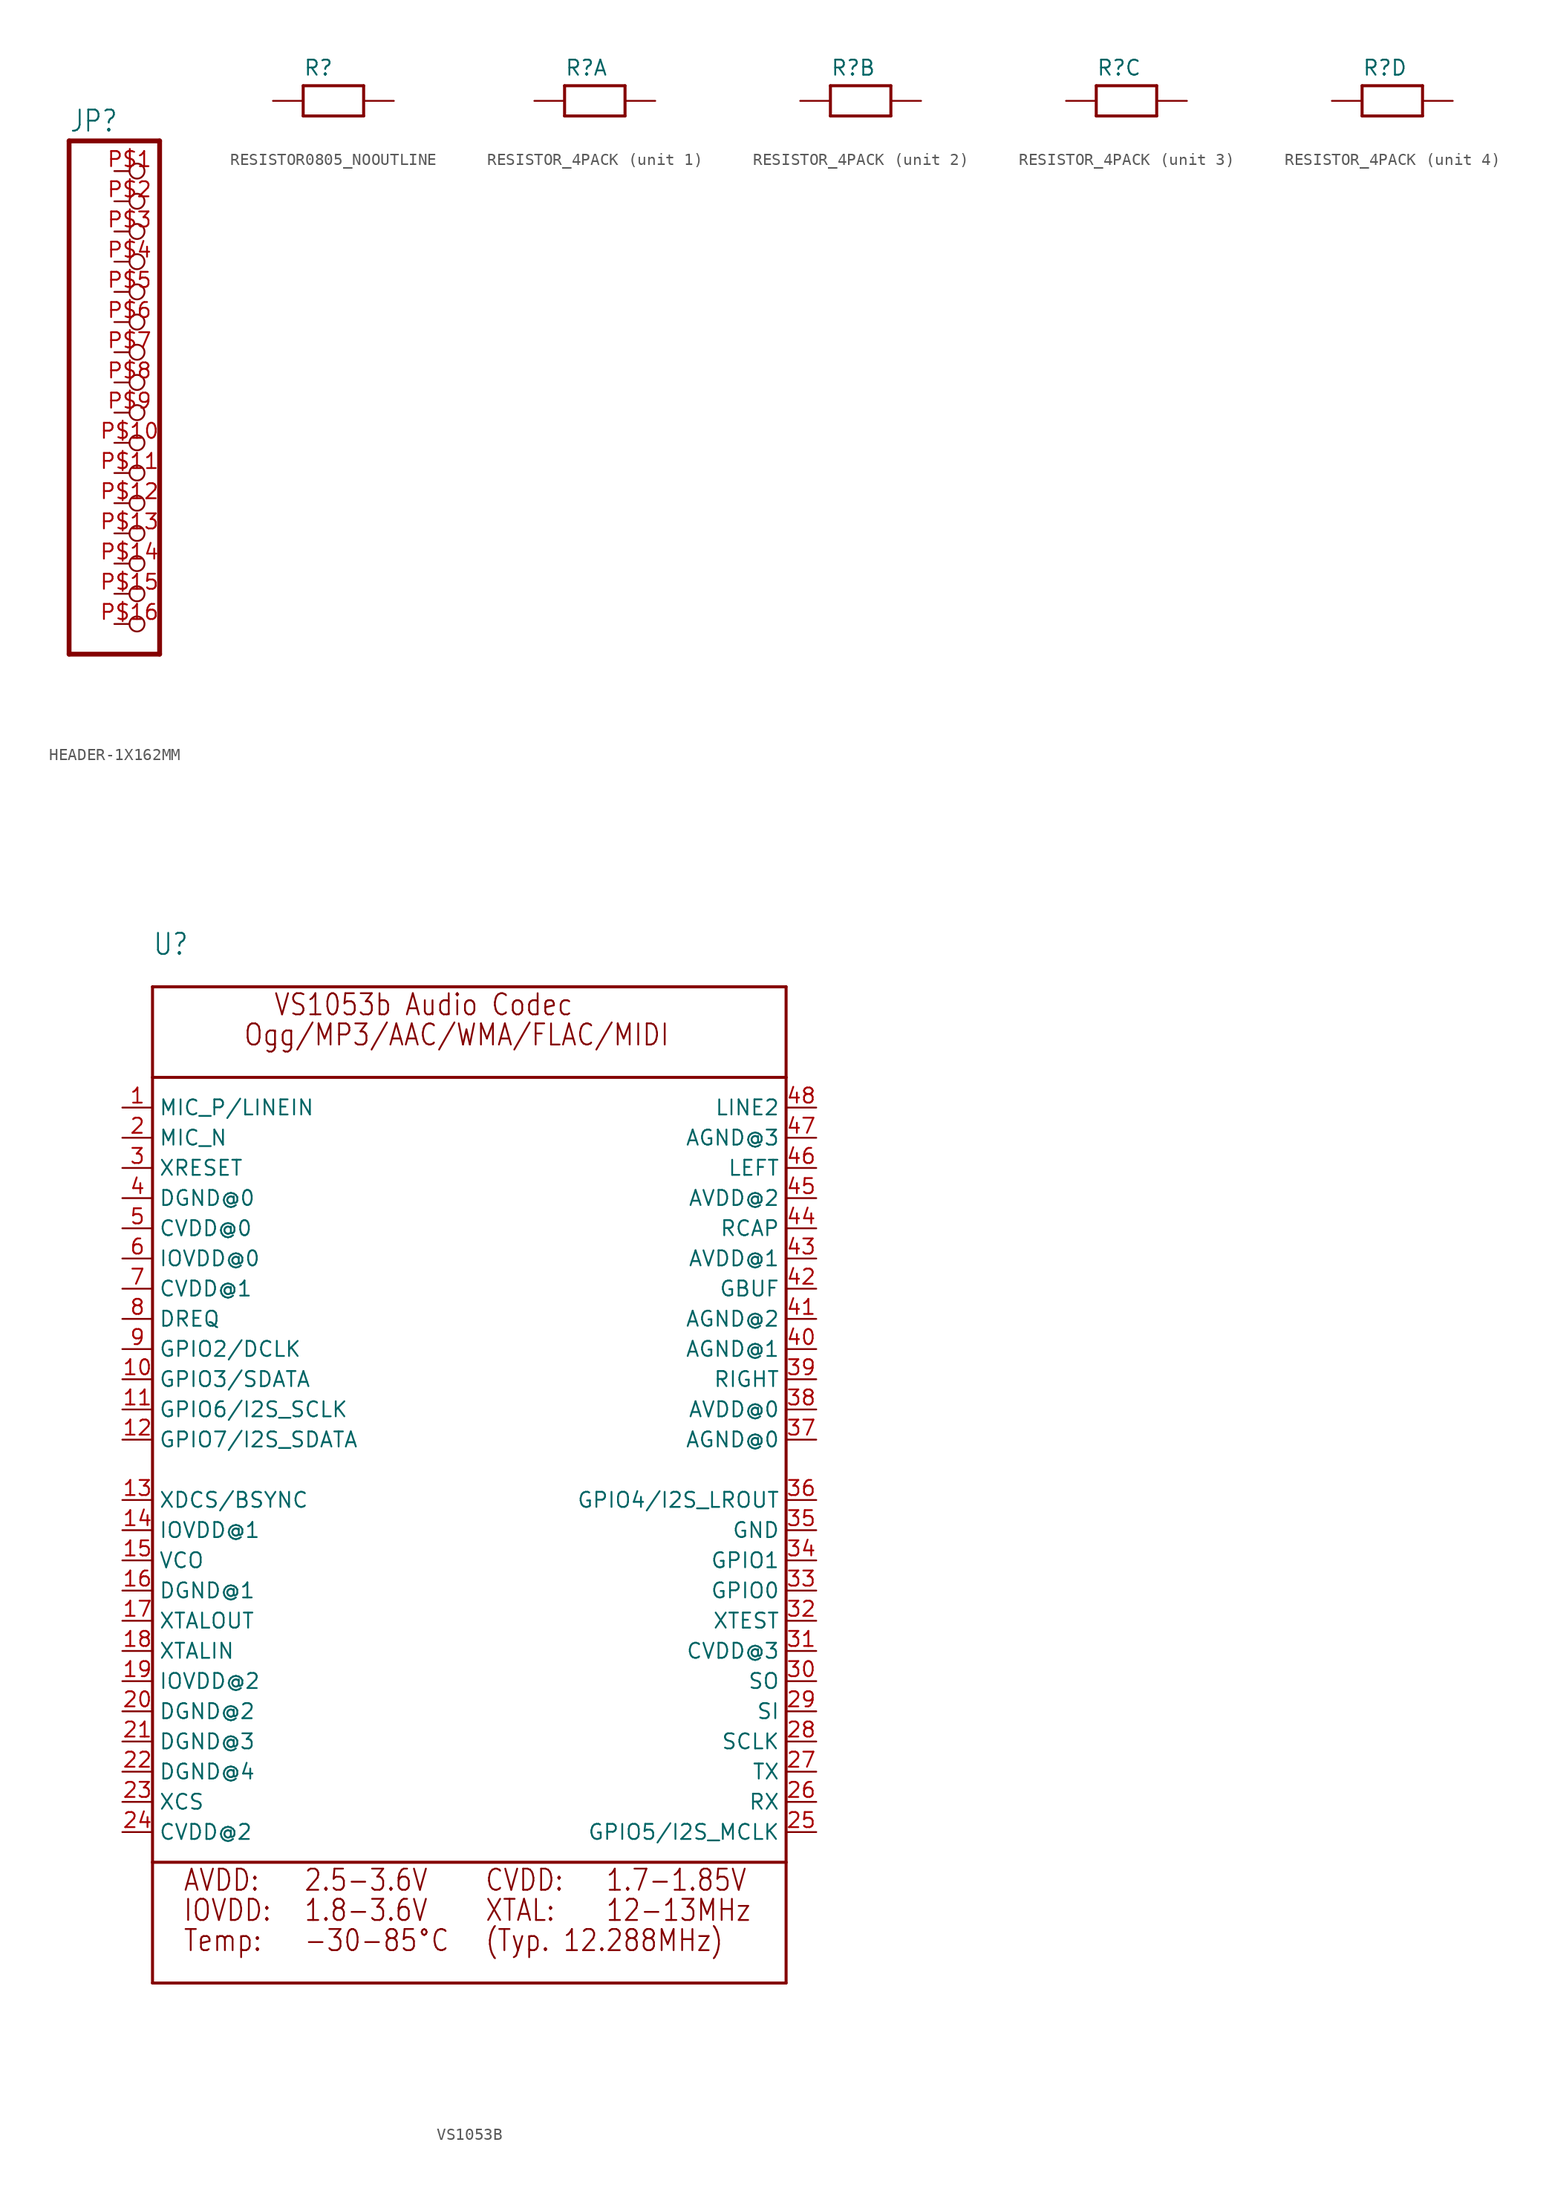
<source format=kicad_sym>
(kicad_symbol_lib
  (version 20231120)
  (generator "kicad_symbol_editor")
  (generator_version "8.0")
  (symbol "HEADER-1X162MM"
    (property "Reference" "JP"
      (at -6.35 20.955 0)
      (effects (font (size 1.778 1.511)) (justify left bottom)))
    (property "Value" ""
      (at -6.35 -25.4 0)
      (effects (font (size 1.778 1.511)) (justify left bottom)))
    (property "ki_locked" ""
      (at 0 0 0)
      (effects (font (size 1.27 1.27))))
    (symbol "HEADER-1X162MM_1_0"
      (polyline (pts (xy -6.35 -22.86) (xy 1.27 -22.86)) (stroke (width 0.406) (type solid)) (fill (type none)))
      (polyline (pts (xy -6.35 20.32) (xy -6.35 -22.86)) (stroke (width 0.406) (type solid)) (fill (type none)))
      (polyline (pts (xy 1.27 -22.86) (xy 1.27 20.32)) (stroke (width 0.406) (type solid)) (fill (type none)))
      (polyline (pts (xy 1.27 20.32) (xy -6.35 20.32)) (stroke (width 0.406) (type solid)) (fill (type none)))
      (pin passive inverted (at -2.54 17.78 0) (length 2.54) (name "1" (effects (font (size 0 0)))) (number "P$1" (effects (font (size 1.27 1.27)))))
      (pin passive inverted (at -2.54 -5.08 0) (length 2.54) (name "10" (effects (font (size 0 0)))) (number "P$10" (effects (font (size 1.27 1.27)))))
      (pin passive inverted (at -2.54 -7.62 0) (length 2.54) (name "11" (effects (font (size 0 0)))) (number "P$11" (effects (font (size 1.27 1.27)))))
      (pin passive inverted (at -2.54 -10.16 0) (length 2.54) (name "12" (effects (font (size 0 0)))) (number "P$12" (effects (font (size 1.27 1.27)))))
      (pin passive inverted (at -2.54 -12.7 0) (length 2.54) (name "13" (effects (font (size 0 0)))) (number "P$13" (effects (font (size 1.27 1.27)))))
      (pin passive inverted (at -2.54 -15.24 0) (length 2.54) (name "14" (effects (font (size 0 0)))) (number "P$14" (effects (font (size 1.27 1.27)))))
      (pin passive inverted (at -2.54 -17.78 0) (length 2.54) (name "15" (effects (font (size 0 0)))) (number "P$15" (effects (font (size 1.27 1.27)))))
      (pin passive inverted (at -2.54 -20.32 0) (length 2.54) (name "16" (effects (font (size 0 0)))) (number "P$16" (effects (font (size 1.27 1.27)))))
      (pin passive inverted (at -2.54 15.24 0) (length 2.54) (name "2" (effects (font (size 0 0)))) (number "P$2" (effects (font (size 1.27 1.27)))))
      (pin passive inverted (at -2.54 12.7 0) (length 2.54) (name "3" (effects (font (size 0 0)))) (number "P$3" (effects (font (size 1.27 1.27)))))
      (pin passive inverted (at -2.54 10.16 0) (length 2.54) (name "4" (effects (font (size 0 0)))) (number "P$4" (effects (font (size 1.27 1.27)))))
      (pin passive inverted (at -2.54 7.62 0) (length 2.54) (name "5" (effects (font (size 0 0)))) (number "P$5" (effects (font (size 1.27 1.27)))))
      (pin passive inverted (at -2.54 5.08 0) (length 2.54) (name "6" (effects (font (size 0 0)))) (number "P$6" (effects (font (size 1.27 1.27)))))
      (pin passive inverted (at -2.54 2.54 0) (length 2.54) (name "7" (effects (font (size 0 0)))) (number "P$7" (effects (font (size 1.27 1.27)))))
      (pin passive inverted (at -2.54 0 0) (length 2.54) (name "8" (effects (font (size 0 0)))) (number "P$8" (effects (font (size 1.27 1.27)))))
      (pin passive inverted (at -2.54 -2.54 0) (length 2.54) (name "9" (effects (font (size 0 0)))) (number "P$9" (effects (font (size 1.27 1.27)))))))
  (symbol "RESISTOR0805_NOOUTLINE"
    (property "Reference" "R"
      (at -2.54 2.032 0)
      (effects (font (size 1.27 1.27)) (justify left bottom)))
    (property "Value" ""
      (at -2.54 -3.175 0)
      (effects (font (size 1.27 1.27)) (justify left bottom)))
    (property "ki_locked" ""
      (at 0 0 0)
      (effects (font (size 1.27 1.27))))
    (symbol "RESISTOR0805_NOOUTLINE_1_0"
      (polyline (pts (xy -2.54 -1.27) (xy -2.54 1.27)) (stroke (width 0.254) (type solid)) (fill (type none)))
      (polyline (pts (xy -2.54 1.27) (xy 2.54 1.27)) (stroke (width 0.254) (type solid)) (fill (type none)))
      (polyline (pts (xy 2.54 -1.27) (xy -2.54 -1.27)) (stroke (width 0.254) (type solid)) (fill (type none)))
      (polyline (pts (xy 2.54 1.27) (xy 2.54 -1.27)) (stroke (width 0.254) (type solid)) (fill (type none)))
      (pin passive line (at -5.08 0 0) (length 2.54) (name "1" (effects (font (size 0 0)))) (number "1" (effects (font (size 0 0)))))
      (pin passive line (at 5.08 0 180) (length 2.54) (name "2" (effects (font (size 0 0)))) (number "2" (effects (font (size 0 0)))))))
  (symbol "RESISTOR_4PACK"
    (property "Reference" "R"
      (at -2.54 2.032 0)
      (effects (font (size 1.27 1.27)) (justify left bottom)))
    (property "Value" ""
      (at -2.54 -3.175 0)
      (effects (font (size 1.27 1.27)) (justify left bottom)))
    (property "ki_locked" ""
      (at 0 0 0)
      (effects (font (size 1.27 1.27))))
    (symbol "RESISTOR_4PACK_1_0"
      (polyline (pts (xy -2.54 -1.27) (xy -2.54 1.27)) (stroke (width 0.254) (type solid)) (fill (type none)))
      (polyline (pts (xy -2.54 1.27) (xy 2.54 1.27)) (stroke (width 0.254) (type solid)) (fill (type none)))
      (polyline (pts (xy 2.54 -1.27) (xy -2.54 -1.27)) (stroke (width 0.254) (type solid)) (fill (type none)))
      (polyline (pts (xy 2.54 1.27) (xy 2.54 -1.27)) (stroke (width 0.254) (type solid)) (fill (type none)))
      (pin passive line (at -5.08 0 0) (length 2.54) (name "1" (effects (font (size 0 0)))) (number "1" (effects (font (size 0 0)))))
      (pin passive line (at 5.08 0 180) (length 2.54) (name "2" (effects (font (size 0 0)))) (number "8" (effects (font (size 0 0))))))
    (symbol "RESISTOR_4PACK_2_0"
      (polyline (pts (xy -2.54 -1.27) (xy -2.54 1.27)) (stroke (width 0.254) (type solid)) (fill (type none)))
      (polyline (pts (xy -2.54 1.27) (xy 2.54 1.27)) (stroke (width 0.254) (type solid)) (fill (type none)))
      (polyline (pts (xy 2.54 -1.27) (xy -2.54 -1.27)) (stroke (width 0.254) (type solid)) (fill (type none)))
      (polyline (pts (xy 2.54 1.27) (xy 2.54 -1.27)) (stroke (width 0.254) (type solid)) (fill (type none)))
      (pin passive line (at -5.08 0 0) (length 2.54) (name "1" (effects (font (size 0 0)))) (number "2" (effects (font (size 0 0)))))
      (pin passive line (at 5.08 0 180) (length 2.54) (name "2" (effects (font (size 0 0)))) (number "7" (effects (font (size 0 0))))))
    (symbol "RESISTOR_4PACK_3_0"
      (polyline (pts (xy -2.54 -1.27) (xy -2.54 1.27)) (stroke (width 0.254) (type solid)) (fill (type none)))
      (polyline (pts (xy -2.54 1.27) (xy 2.54 1.27)) (stroke (width 0.254) (type solid)) (fill (type none)))
      (polyline (pts (xy 2.54 -1.27) (xy -2.54 -1.27)) (stroke (width 0.254) (type solid)) (fill (type none)))
      (polyline (pts (xy 2.54 1.27) (xy 2.54 -1.27)) (stroke (width 0.254) (type solid)) (fill (type none)))
      (pin passive line (at -5.08 0 0) (length 2.54) (name "1" (effects (font (size 0 0)))) (number "3" (effects (font (size 0 0)))))
      (pin passive line (at 5.08 0 180) (length 2.54) (name "2" (effects (font (size 0 0)))) (number "6" (effects (font (size 0 0))))))
    (symbol "RESISTOR_4PACK_4_0"
      (polyline (pts (xy -2.54 -1.27) (xy -2.54 1.27)) (stroke (width 0.254) (type solid)) (fill (type none)))
      (polyline (pts (xy -2.54 1.27) (xy 2.54 1.27)) (stroke (width 0.254) (type solid)) (fill (type none)))
      (polyline (pts (xy 2.54 -1.27) (xy -2.54 -1.27)) (stroke (width 0.254) (type solid)) (fill (type none)))
      (polyline (pts (xy 2.54 1.27) (xy 2.54 -1.27)) (stroke (width 0.254) (type solid)) (fill (type none)))
      (pin passive line (at -5.08 0 0) (length 2.54) (name "1" (effects (font (size 0 0)))) (number "4" (effects (font (size 0 0)))))
      (pin passive line (at 5.08 0 180) (length 2.54) (name "2" (effects (font (size 0 0)))) (number "5" (effects (font (size 0 0)))))))
  (symbol "VS1053B"
    (property "Reference" "U"
      (at -25.4 43.18 0)
      (effects (font (size 1.778 1.511)) (justify left bottom)))
    (property "Value" ""
      (at -25.4 -45.72 0)
      (effects (font (size 1.778 1.511)) (justify left bottom)))
    (property "ki_locked" ""
      (at 0 0 0)
      (effects (font (size 1.27 1.27))))
    (symbol "VS1053B_1_0"
      (polyline (pts (xy -25.4 -43.18) (xy -25.4 -33.02)) (stroke (width 0.254) (type solid)) (fill (type none)))
      (polyline (pts (xy -25.4 -33.02) (xy -25.4 33.02)) (stroke (width 0.254) (type solid)) (fill (type none)))
      (polyline (pts (xy -25.4 33.02) (xy -25.4 40.64)) (stroke (width 0.254) (type solid)) (fill (type none)))
      (polyline (pts (xy -25.4 33.02) (xy 27.94 33.02)) (stroke (width 0.254) (type solid)) (fill (type none)))
      (polyline (pts (xy -25.4 40.64) (xy 27.94 40.64)) (stroke (width 0.254) (type solid)) (fill (type none)))
      (polyline (pts (xy 27.94 -43.18) (xy -25.4 -43.18)) (stroke (width 0.254) (type solid)) (fill (type none)))
      (polyline (pts (xy 27.94 -33.02) (xy -25.4 -33.02)) (stroke (width 0.254) (type solid)) (fill (type none)))
      (polyline (pts (xy 27.94 -33.02) (xy 27.94 -43.18)) (stroke (width 0.254) (type solid)) (fill (type none)))
      (polyline (pts (xy 27.94 33.02) (xy 27.94 -33.02)) (stroke (width 0.254) (type solid)) (fill (type none)))
      (polyline (pts (xy 27.94 40.64) (xy 27.94 33.02)) (stroke (width 0.254) (type solid)) (fill (type none)))
      (text "(Typ. 12.288MHz)" (at 2.54 -40.64 0) (effects (font (size 1.778 1.511)) (justify left bottom)))
      (text "-30-85°C" (at -12.7 -40.64 0) (effects (font (size 1.778 1.511)) (justify left bottom)))
      (text "1.7-1.85V" (at 12.7 -35.56 0) (effects (font (size 1.778 1.511)) (justify left bottom)))
      (text "1.8-3.6V" (at -12.7 -38.1 0) (effects (font (size 1.778 1.511)) (justify left bottom)))
      (text "12-13MHz" (at 12.7 -38.1 0) (effects (font (size 1.778 1.511)) (justify left bottom)))
      (text "2.5-3.6V" (at -12.7 -35.56 0) (effects (font (size 1.778 1.511)) (justify left bottom)))
      (text "AVDD:" (at -22.86 -35.56 0) (effects (font (size 1.778 1.511)) (justify left bottom)))
      (text "CVDD:" (at 2.54 -35.56 0) (effects (font (size 1.778 1.511)) (justify left bottom)))
      (text "IOVDD:" (at -22.86 -38.1 0) (effects (font (size 1.778 1.511)) (justify left bottom)))
      (text "Ogg/MP3/AAC/WMA/FLAC/MIDI" (at -17.78 35.56 0) (effects (font (size 1.778 1.511)) (justify left bottom)))
      (text "Temp:" (at -22.86 -40.64 0) (effects (font (size 1.778 1.511)) (justify left bottom)))
      (text "VS1053b Audio Codec" (at -15.24 38.1 0) (effects (font (size 1.778 1.511)) (justify left bottom)))
      (text "XTAL:" (at 2.54 -38.1 0) (effects (font (size 1.778 1.511)) (justify left bottom)))
      (pin bidirectional line (at -27.94 30.48 0) (length 2.54) (name "MIC_P/LINEIN" (effects (font (size 1.27 1.27)))) (number "1" (effects (font (size 1.27 1.27)))))
      (pin bidirectional line (at -27.94 7.62 0) (length 2.54) (name "GPIO3/SDATA" (effects (font (size 1.27 1.27)))) (number "10" (effects (font (size 1.27 1.27)))))
      (pin bidirectional line (at -27.94 5.08 0) (length 2.54) (name "GPIO6/I2S_SCLK" (effects (font (size 1.27 1.27)))) (number "11" (effects (font (size 1.27 1.27)))))
      (pin bidirectional line (at -27.94 2.54 0) (length 2.54) (name "GPIO7/I2S_SDATA" (effects (font (size 1.27 1.27)))) (number "12" (effects (font (size 1.27 1.27)))))
      (pin bidirectional line (at -27.94 -2.54 0) (length 2.54) (name "XDCS/BSYNC" (effects (font (size 1.27 1.27)))) (number "13" (effects (font (size 1.27 1.27)))))
      (pin power_in line (at -27.94 -5.08 0) (length 2.54) (name "IOVDD@1" (effects (font (size 1.27 1.27)))) (number "14" (effects (font (size 1.27 1.27)))))
      (pin bidirectional line (at -27.94 -7.62 0) (length 2.54) (name "VCO" (effects (font (size 1.27 1.27)))) (number "15" (effects (font (size 1.27 1.27)))))
      (pin power_in line (at -27.94 -10.16 0) (length 2.54) (name "DGND@1" (effects (font (size 1.27 1.27)))) (number "16" (effects (font (size 1.27 1.27)))))
      (pin output line (at -27.94 -12.7 0) (length 2.54) (name "XTALOUT" (effects (font (size 1.27 1.27)))) (number "17" (effects (font (size 1.27 1.27)))))
      (pin input line (at -27.94 -15.24 0) (length 2.54) (name "XTALIN" (effects (font (size 1.27 1.27)))) (number "18" (effects (font (size 1.27 1.27)))))
      (pin power_in line (at -27.94 -17.78 0) (length 2.54) (name "IOVDD@2" (effects (font (size 1.27 1.27)))) (number "19" (effects (font (size 1.27 1.27)))))
      (pin bidirectional line (at -27.94 27.94 0) (length 2.54) (name "MIC_N" (effects (font (size 1.27 1.27)))) (number "2" (effects (font (size 1.27 1.27)))))
      (pin power_in line (at -27.94 -20.32 0) (length 2.54) (name "DGND@2" (effects (font (size 1.27 1.27)))) (number "20" (effects (font (size 1.27 1.27)))))
      (pin power_in line (at -27.94 -22.86 0) (length 2.54) (name "DGND@3" (effects (font (size 1.27 1.27)))) (number "21" (effects (font (size 1.27 1.27)))))
      (pin power_in line (at -27.94 -25.4 0) (length 2.54) (name "DGND@4" (effects (font (size 1.27 1.27)))) (number "22" (effects (font (size 1.27 1.27)))))
      (pin bidirectional line (at -27.94 -27.94 0) (length 2.54) (name "XCS" (effects (font (size 1.27 1.27)))) (number "23" (effects (font (size 1.27 1.27)))))
      (pin power_in line (at -27.94 -30.48 0) (length 2.54) (name "CVDD@2" (effects (font (size 1.27 1.27)))) (number "24" (effects (font (size 1.27 1.27)))))
      (pin bidirectional line (at 30.48 -30.48 180) (length 2.54) (name "GPIO5/I2S_MCLK" (effects (font (size 1.27 1.27)))) (number "25" (effects (font (size 1.27 1.27)))))
      (pin bidirectional line (at 30.48 -27.94 180) (length 2.54) (name "RX" (effects (font (size 1.27 1.27)))) (number "26" (effects (font (size 1.27 1.27)))))
      (pin bidirectional line (at 30.48 -25.4 180) (length 2.54) (name "TX" (effects (font (size 1.27 1.27)))) (number "27" (effects (font (size 1.27 1.27)))))
      (pin bidirectional line (at 30.48 -22.86 180) (length 2.54) (name "SCLK" (effects (font (size 1.27 1.27)))) (number "28" (effects (font (size 1.27 1.27)))))
      (pin bidirectional line (at 30.48 -20.32 180) (length 2.54) (name "SI" (effects (font (size 1.27 1.27)))) (number "29" (effects (font (size 1.27 1.27)))))
      (pin bidirectional line (at -27.94 25.4 0) (length 2.54) (name "XRESET" (effects (font (size 1.27 1.27)))) (number "3" (effects (font (size 1.27 1.27)))))
      (pin bidirectional line (at 30.48 -17.78 180) (length 2.54) (name "SO" (effects (font (size 1.27 1.27)))) (number "30" (effects (font (size 1.27 1.27)))))
      (pin power_in line (at 30.48 -15.24 180) (length 2.54) (name "CVDD@3" (effects (font (size 1.27 1.27)))) (number "31" (effects (font (size 1.27 1.27)))))
      (pin bidirectional line (at 30.48 -12.7 180) (length 2.54) (name "XTEST" (effects (font (size 1.27 1.27)))) (number "32" (effects (font (size 1.27 1.27)))))
      (pin bidirectional line (at 30.48 -10.16 180) (length 2.54) (name "GPIO0" (effects (font (size 1.27 1.27)))) (number "33" (effects (font (size 1.27 1.27)))))
      (pin bidirectional line (at 30.48 -7.62 180) (length 2.54) (name "GPIO1" (effects (font (size 1.27 1.27)))) (number "34" (effects (font (size 1.27 1.27)))))
      (pin power_in line (at 30.48 -5.08 180) (length 2.54) (name "GND" (effects (font (size 1.27 1.27)))) (number "35" (effects (font (size 1.27 1.27)))))
      (pin bidirectional line (at 30.48 -2.54 180) (length 2.54) (name "GPIO4/I2S_LROUT" (effects (font (size 1.27 1.27)))) (number "36" (effects (font (size 1.27 1.27)))))
      (pin power_in line (at 30.48 2.54 180) (length 2.54) (name "AGND@0" (effects (font (size 1.27 1.27)))) (number "37" (effects (font (size 1.27 1.27)))))
      (pin power_in line (at 30.48 5.08 180) (length 2.54) (name "AVDD@0" (effects (font (size 1.27 1.27)))) (number "38" (effects (font (size 1.27 1.27)))))
      (pin bidirectional line (at 30.48 7.62 180) (length 2.54) (name "RIGHT" (effects (font (size 1.27 1.27)))) (number "39" (effects (font (size 1.27 1.27)))))
      (pin power_in line (at -27.94 22.86 0) (length 2.54) (name "DGND@0" (effects (font (size 1.27 1.27)))) (number "4" (effects (font (size 1.27 1.27)))))
      (pin power_in line (at 30.48 10.16 180) (length 2.54) (name "AGND@1" (effects (font (size 1.27 1.27)))) (number "40" (effects (font (size 1.27 1.27)))))
      (pin power_in line (at 30.48 12.7 180) (length 2.54) (name "AGND@2" (effects (font (size 1.27 1.27)))) (number "41" (effects (font (size 1.27 1.27)))))
      (pin bidirectional line (at 30.48 15.24 180) (length 2.54) (name "GBUF" (effects (font (size 1.27 1.27)))) (number "42" (effects (font (size 1.27 1.27)))))
      (pin power_in line (at 30.48 17.78 180) (length 2.54) (name "AVDD@1" (effects (font (size 1.27 1.27)))) (number "43" (effects (font (size 1.27 1.27)))))
      (pin bidirectional line (at 30.48 20.32 180) (length 2.54) (name "RCAP" (effects (font (size 1.27 1.27)))) (number "44" (effects (font (size 1.27 1.27)))))
      (pin power_in line (at 30.48 22.86 180) (length 2.54) (name "AVDD@2" (effects (font (size 1.27 1.27)))) (number "45" (effects (font (size 1.27 1.27)))))
      (pin bidirectional line (at 30.48 25.4 180) (length 2.54) (name "LEFT" (effects (font (size 1.27 1.27)))) (number "46" (effects (font (size 1.27 1.27)))))
      (pin power_in line (at 30.48 27.94 180) (length 2.54) (name "AGND@3" (effects (font (size 1.27 1.27)))) (number "47" (effects (font (size 1.27 1.27)))))
      (pin bidirectional line (at 30.48 30.48 180) (length 2.54) (name "LINE2" (effects (font (size 1.27 1.27)))) (number "48" (effects (font (size 1.27 1.27)))))
      (pin power_in line (at -27.94 20.32 0) (length 2.54) (name "CVDD@0" (effects (font (size 1.27 1.27)))) (number "5" (effects (font (size 1.27 1.27)))))
      (pin power_in line (at -27.94 17.78 0) (length 2.54) (name "IOVDD@0" (effects (font (size 1.27 1.27)))) (number "6" (effects (font (size 1.27 1.27)))))
      (pin power_in line (at -27.94 15.24 0) (length 2.54) (name "CVDD@1" (effects (font (size 1.27 1.27)))) (number "7" (effects (font (size 1.27 1.27)))))
      (pin bidirectional line (at -27.94 12.7 0) (length 2.54) (name "DREQ" (effects (font (size 1.27 1.27)))) (number "8" (effects (font (size 1.27 1.27)))))
      (pin bidirectional line (at -27.94 10.16 0) (length 2.54) (name "GPIO2/DCLK" (effects (font (size 1.27 1.27)))) (number "9" (effects (font (size 1.27 1.27))))))))
</source>
